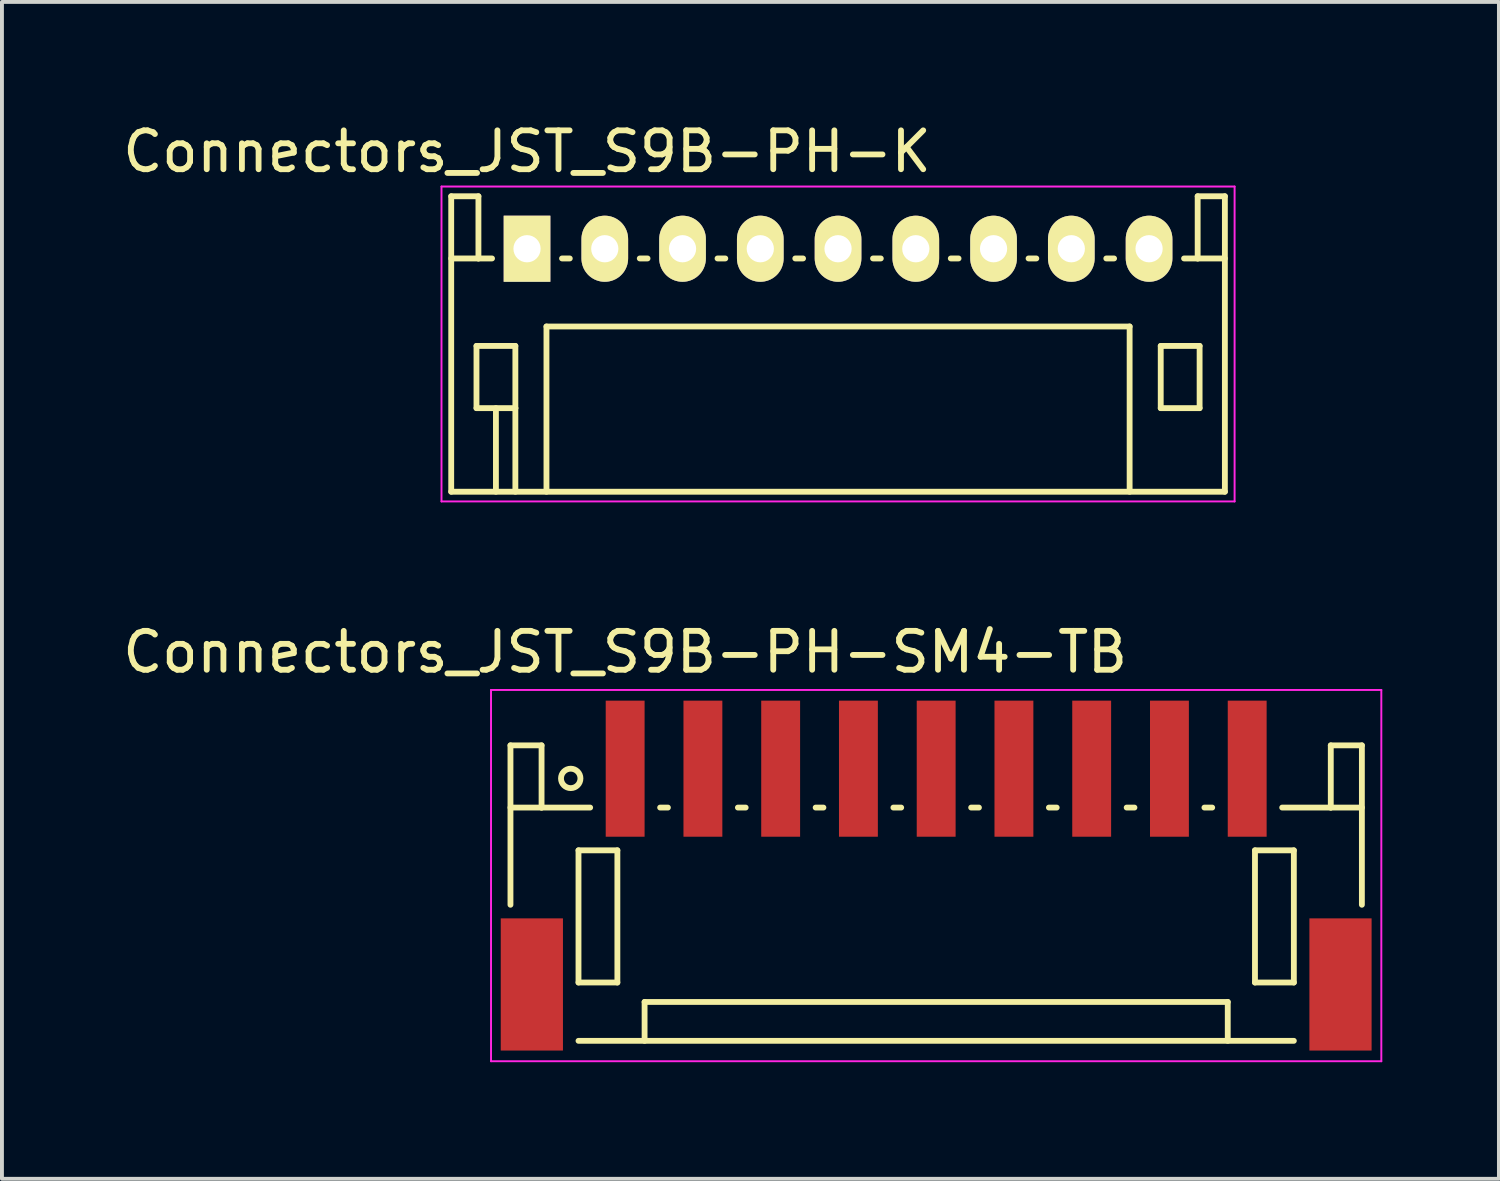
<source format=kicad_pcb>
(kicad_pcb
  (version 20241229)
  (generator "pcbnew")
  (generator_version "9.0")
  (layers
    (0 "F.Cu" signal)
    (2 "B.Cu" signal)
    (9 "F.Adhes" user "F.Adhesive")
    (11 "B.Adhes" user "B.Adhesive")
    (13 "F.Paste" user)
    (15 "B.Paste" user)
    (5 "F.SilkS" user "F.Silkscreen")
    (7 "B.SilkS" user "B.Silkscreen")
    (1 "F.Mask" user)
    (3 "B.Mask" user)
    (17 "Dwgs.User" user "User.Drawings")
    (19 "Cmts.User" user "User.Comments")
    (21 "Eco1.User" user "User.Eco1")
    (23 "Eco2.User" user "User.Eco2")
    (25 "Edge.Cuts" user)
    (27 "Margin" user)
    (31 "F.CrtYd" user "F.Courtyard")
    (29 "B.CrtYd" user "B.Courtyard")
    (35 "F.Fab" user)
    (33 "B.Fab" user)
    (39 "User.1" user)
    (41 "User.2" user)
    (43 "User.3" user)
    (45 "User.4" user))
  (footprint "Connectors_JST_S9B-PH-SM4-TB"
    (layer "F.Cu")
    (at 21.03 19.497)
    (property "Reference" "Connectors_JST_S9B-PH-SM4-TB" (at -8 -5.775 0) (layer "F.SilkS") (effects (font (size 1 1) (thickness 0.15))))
    (attr smd)
    (fp_line (start -10.95 -3.375) (end -10.95 0.725) (stroke (width 0.15) (type solid)) (layer "F.SilkS"))
    (fp_line (start -10.15 -3.375) (end -10.95 -3.375) (stroke (width 0.15) (type solid)) (layer "F.SilkS"))
    (fp_line (start -10.15 -1.775) (end -10.95 -1.775) (stroke (width 0.15) (type solid)) (layer "F.SilkS"))
    (fp_line (start -10.15 -1.775) (end -10.15 -3.375) (stroke (width 0.15) (type solid)) (layer "F.SilkS"))
    (fp_line (start -9.2 -0.675) (end -9.2 2.725) (stroke (width 0.15) (type solid)) (layer "F.SilkS"))
    (fp_line (start -9.2 2.725) (end -8.2 2.725) (stroke (width 0.15) (type solid)) (layer "F.SilkS"))
    (fp_line (start -9.2 4.225) (end 9.2 4.225) (stroke (width 0.15) (type solid)) (layer "F.SilkS"))
    (fp_line (start -8.9 -1.775) (end -10.15 -1.775) (stroke (width 0.15) (type solid)) (layer "F.SilkS"))
    (fp_line (start -8.2 -0.675) (end -9.2 -0.675) (stroke (width 0.15) (type solid)) (layer "F.SilkS"))
    (fp_line (start -8.2 2.725) (end -8.2 -0.675) (stroke (width 0.15) (type solid)) (layer "F.SilkS"))
    (fp_line (start -7.5 3.225) (end 7.5 3.225) (stroke (width 0.15) (type solid)) (layer "F.SilkS"))
    (fp_line (start -7.5 4.225) (end -7.5 3.225) (stroke (width 0.15) (type solid)) (layer "F.SilkS"))
    (fp_line (start -7.1 -1.775) (end -6.9 -1.775) (stroke (width 0.15) (type solid)) (layer "F.SilkS"))
    (fp_line (start -5.1 -1.775) (end -4.9 -1.775) (stroke (width 0.15) (type solid)) (layer "F.SilkS"))
    (fp_line (start -3.1 -1.775) (end -2.9 -1.775) (stroke (width 0.15) (type solid)) (layer "F.SilkS"))
    (fp_line (start -1.1 -1.775) (end -0.9 -1.775) (stroke (width 0.15) (type solid)) (layer "F.SilkS"))
    (fp_line (start 0.9 -1.775) (end 1.1 -1.775) (stroke (width 0.15) (type solid)) (layer "F.SilkS"))
    (fp_line (start 2.9 -1.775) (end 3.1 -1.775) (stroke (width 0.15) (type solid)) (layer "F.SilkS"))
    (fp_line (start 4.9 -1.775) (end 5.1 -1.775) (stroke (width 0.15) (type solid)) (layer "F.SilkS"))
    (fp_line (start 6.9 -1.775) (end 7.1 -1.775) (stroke (width 0.15) (type solid)) (layer "F.SilkS"))
    (fp_line (start 7.5 3.225) (end 7.5 4.225) (stroke (width 0.15) (type solid)) (layer "F.SilkS"))
    (fp_line (start 8.2 -0.675) (end 9.2 -0.675) (stroke (width 0.15) (type solid)) (layer "F.SilkS"))
    (fp_line (start 8.2 2.725) (end 8.2 -0.675) (stroke (width 0.15) (type solid)) (layer "F.SilkS"))
    (fp_line (start 8.9 -1.775) (end 10.15 -1.775) (stroke (width 0.15) (type solid)) (layer "F.SilkS"))
    (fp_line (start 9.2 -0.675) (end 9.2 2.725) (stroke (width 0.15) (type solid)) (layer "F.SilkS"))
    (fp_line (start 9.2 2.725) (end 8.2 2.725) (stroke (width 0.15) (type solid)) (layer "F.SilkS"))
    (fp_line (start 10.15 -3.375) (end 10.95 -3.375) (stroke (width 0.15) (type solid)) (layer "F.SilkS"))
    (fp_line (start 10.15 -1.775) (end 10.15 -3.375) (stroke (width 0.15) (type solid)) (layer "F.SilkS"))
    (fp_line (start 10.15 -1.775) (end 10.95 -1.775) (stroke (width 0.15) (type solid)) (layer "F.SilkS"))
    (fp_line (start 10.95 -3.375) (end 10.95 0.725) (stroke (width 0.15) (type solid)) (layer "F.SilkS"))
    (fp_circle (center -9.4 -2.525) (end -9.15 -2.525) (stroke (width 0.15) (type solid)) (fill no) (layer "F.SilkS"))
    (fp_line (start -11.45 -4.8) (end 11.45 -4.8) (stroke (width 0.05) (type solid)) (layer "F.CrtYd"))
    (fp_line (start -11.45 4.75) (end -11.45 -4.8) (stroke (width 0.05) (type solid)) (layer "F.CrtYd"))
    (fp_line (start 11.45 -4.8) (end 11.45 4.75) (stroke (width 0.05) (type solid)) (layer "F.CrtYd"))
    (fp_line (start 11.45 4.75) (end -11.45 4.75) (stroke (width 0.05) (type solid)) (layer "F.CrtYd"))
    (pad "" smd rect (at -10.4 2.775) (size 1.6 3.4) (layers "F.Cu" "F.Mask" "F.Paste"))
    (pad "" smd rect (at 10.4 2.775) (size 1.6 3.4) (layers "F.Cu" "F.Mask" "F.Paste"))
    (pad "1" smd rect (at -8 -2.775) (size 1 3.5) (layers "F.Cu" "F.Mask" "F.Paste"))
    (pad "2" smd rect (at -6 -2.775) (size 1 3.5) (layers "F.Cu" "F.Mask" "F.Paste"))
    (pad "3" smd rect (at -4 -2.775) (size 1 3.5) (layers "F.Cu" "F.Mask" "F.Paste"))
    (pad "4" smd rect (at -2 -2.775) (size 1 3.5) (layers "F.Cu" "F.Mask" "F.Paste"))
    (pad "5" smd rect (at 0 -2.775) (size 1 3.5) (layers "F.Cu" "F.Mask" "F.Paste"))
    (pad "6" smd rect (at 2 -2.775) (size 1 3.5) (layers "F.Cu" "F.Mask" "F.Paste"))
    (pad "7" smd rect (at 4 -2.775) (size 1 3.5) (layers "F.Cu" "F.Mask" "F.Paste"))
    (pad "8" smd rect (at 6 -2.775) (size 1 3.5) (layers "F.Cu" "F.Mask" "F.Paste"))
    (pad "9" smd rect (at 8 -2.775) (size 1 3.5) (layers "F.Cu" "F.Mask" "F.Paste")))
  (footprint "Connectors_JST_S9B-PH-K"
    (layer "F.Cu")
    (at 10.506 3.348)
    (property "Reference" "Connectors_JST_S9B-PH-K" (at 0 -2.5 0) (layer "F.SilkS") (effects (font (size 1 1) (thickness 0.15))))
    (attr through_hole)
    (fp_line (start -1.95 -1.35) (end -1.95 6.25) (stroke (width 0.15) (type solid)) (layer "F.SilkS"))
    (fp_line (start -1.95 0.25) (end -1.25 0.25) (stroke (width 0.15) (type solid)) (layer "F.SilkS"))
    (fp_line (start -1.95 6.25) (end 17.95 6.25) (stroke (width 0.15) (type solid)) (layer "F.SilkS"))
    (fp_line (start -1.3 2.5) (end -1.3 4.1) (stroke (width 0.15) (type solid)) (layer "F.SilkS"))
    (fp_line (start -1.3 4.1) (end -0.3 4.1) (stroke (width 0.15) (type solid)) (layer "F.SilkS"))
    (fp_line (start -1.25 -1.35) (end -1.95 -1.35) (stroke (width 0.15) (type solid)) (layer "F.SilkS"))
    (fp_line (start -1.25 0.25) (end -1.25 -1.35) (stroke (width 0.15) (type solid)) (layer "F.SilkS"))
    (fp_line (start -0.9 0.25) (end -1.25 0.25) (stroke (width 0.15) (type solid)) (layer "F.SilkS"))
    (fp_line (start -0.8 4.1) (end -0.8 6.25) (stroke (width 0.15) (type solid)) (layer "F.SilkS"))
    (fp_line (start -0.3 2.5) (end -1.3 2.5) (stroke (width 0.15) (type solid)) (layer "F.SilkS"))
    (fp_line (start -0.3 4.1) (end -0.3 2.5) (stroke (width 0.15) (type solid)) (layer "F.SilkS"))
    (fp_line (start -0.3 4.1) (end -0.3 6.25) (stroke (width 0.15) (type solid)) (layer "F.SilkS"))
    (fp_line (start 0.5 2) (end 15.5 2) (stroke (width 0.15) (type solid)) (layer "F.SilkS"))
    (fp_line (start 0.5 6.25) (end 0.5 2) (stroke (width 0.15) (type solid)) (layer "F.SilkS"))
    (fp_line (start 0.9 0.25) (end 1.1 0.25) (stroke (width 0.15) (type solid)) (layer "F.SilkS"))
    (fp_line (start 2.9 0.25) (end 3.1 0.25) (stroke (width 0.15) (type solid)) (layer "F.SilkS"))
    (fp_line (start 4.9 0.25) (end 5.1 0.25) (stroke (width 0.15) (type solid)) (layer "F.SilkS"))
    (fp_line (start 6.9 0.25) (end 7.1 0.25) (stroke (width 0.15) (type solid)) (layer "F.SilkS"))
    (fp_line (start 8.9 0.25) (end 9.1 0.25) (stroke (width 0.15) (type solid)) (layer "F.SilkS"))
    (fp_line (start 10.9 0.25) (end 11.1 0.25) (stroke (width 0.15) (type solid)) (layer "F.SilkS"))
    (fp_line (start 12.9 0.25) (end 13.1 0.25) (stroke (width 0.15) (type solid)) (layer "F.SilkS"))
    (fp_line (start 14.9 0.25) (end 15.1 0.25) (stroke (width 0.15) (type solid)) (layer "F.SilkS"))
    (fp_line (start 15.5 2) (end 15.5 6.25) (stroke (width 0.15) (type solid)) (layer "F.SilkS"))
    (fp_line (start 16.3 2.5) (end 17.3 2.5) (stroke (width 0.15) (type solid)) (layer "F.SilkS"))
    (fp_line (start 16.3 4.1) (end 16.3 2.5) (stroke (width 0.15) (type solid)) (layer "F.SilkS"))
    (fp_line (start 17.25 -1.35) (end 17.25 0.25) (stroke (width 0.15) (type solid)) (layer "F.SilkS"))
    (fp_line (start 17.25 0.25) (end 16.9 0.25) (stroke (width 0.15) (type solid)) (layer "F.SilkS"))
    (fp_line (start 17.3 2.5) (end 17.3 4.1) (stroke (width 0.15) (type solid)) (layer "F.SilkS"))
    (fp_line (start 17.3 4.1) (end 16.3 4.1) (stroke (width 0.15) (type solid)) (layer "F.SilkS"))
    (fp_line (start 17.95 -1.35) (end 17.25 -1.35) (stroke (width 0.15) (type solid)) (layer "F.SilkS"))
    (fp_line (start 17.95 0.25) (end 17.25 0.25) (stroke (width 0.15) (type solid)) (layer "F.SilkS"))
    (fp_line (start 17.95 6.25) (end 17.95 -1.35) (stroke (width 0.15) (type solid)) (layer "F.SilkS"))
    (fp_line (start -2.2 -1.6) (end 18.2 -1.6) (stroke (width 0.05) (type solid)) (layer "F.CrtYd"))
    (fp_line (start -2.2 6.5) (end -2.2 -1.6) (stroke (width 0.05) (type solid)) (layer "F.CrtYd"))
    (fp_line (start 18.2 -1.6) (end 18.2 6.5) (stroke (width 0.05) (type solid)) (layer "F.CrtYd"))
    (fp_line (start 18.2 6.5) (end -2.2 6.5) (stroke (width 0.05) (type solid)) (layer "F.CrtYd"))
    (pad "1" thru_hole rect (at 0 0) (size 1.2 1.7) (drill 0.7) (layers "*.Cu" "*.Mask" "F.SilkS"))
    (pad "2" thru_hole oval (at 2 0) (size 1.2 1.7) (drill 0.7) (layers "*.Cu" "*.Mask" "F.SilkS"))
    (pad "3" thru_hole oval (at 4 0) (size 1.2 1.7) (drill 0.7) (layers "*.Cu" "*.Mask" "F.SilkS"))
    (pad "4" thru_hole oval (at 6 0) (size 1.2 1.7) (drill 0.7) (layers "*.Cu" "*.Mask" "F.SilkS"))
    (pad "5" thru_hole oval (at 8 0) (size 1.2 1.7) (drill 0.7) (layers "*.Cu" "*.Mask" "F.SilkS"))
    (pad "6" thru_hole oval (at 10 0) (size 1.2 1.7) (drill 0.7) (layers "*.Cu" "*.Mask" "F.SilkS"))
    (pad "7" thru_hole oval (at 12 0) (size 1.2 1.7) (drill 0.7) (layers "*.Cu" "*.Mask" "F.SilkS"))
    (pad "8" thru_hole oval (at 14 0) (size 1.2 1.7) (drill 0.7) (layers "*.Cu" "*.Mask" "F.SilkS"))
    (pad "9" thru_hole oval (at 16 0) (size 1.2 1.7) (drill 0.7) (layers "*.Cu" "*.Mask" "F.SilkS")))
  (gr_rect
    (start -3 -3)
    (end 35.505 27.271)
    (stroke (width 0.1) (type default))
    (fill no)
    (layer "Edge.Cuts")))
</source>
